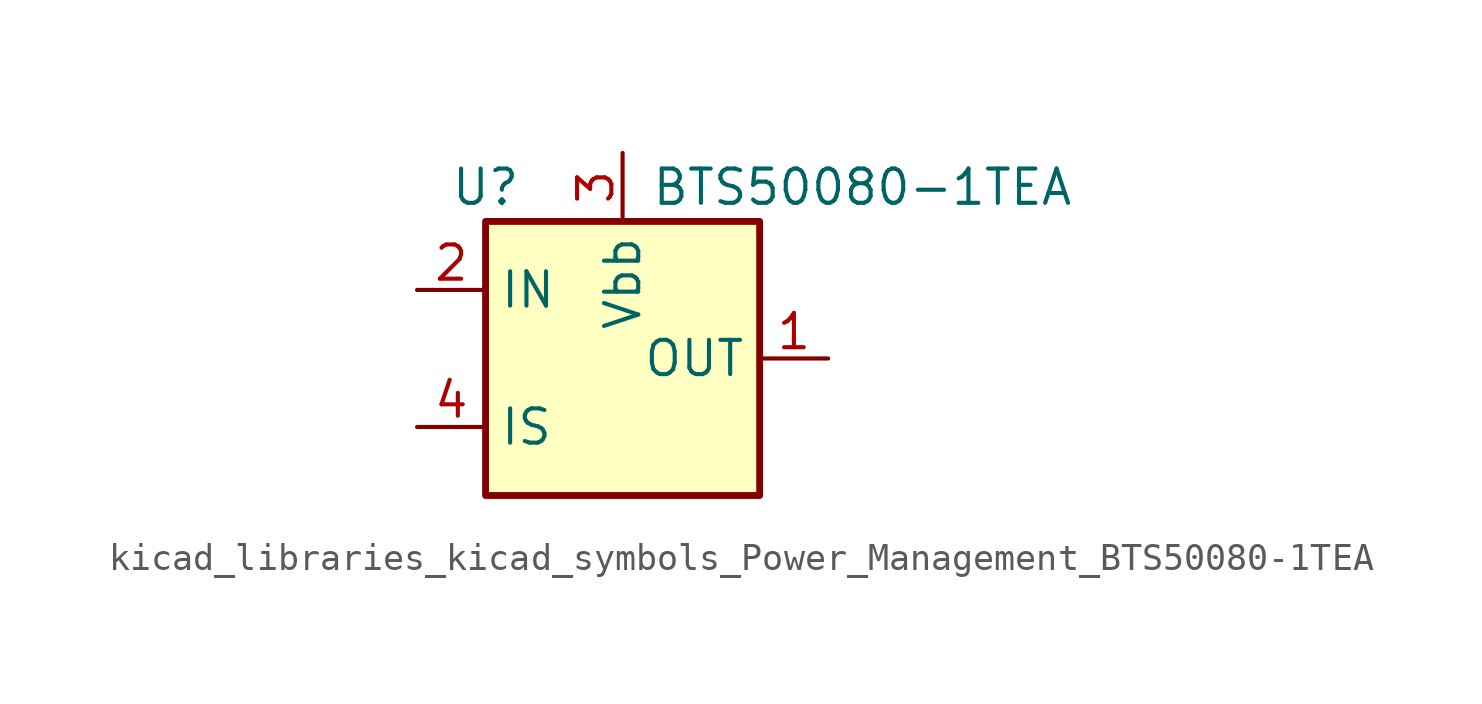
<source format=kicad_sym>
(kicad_symbol_lib
  (version 20220914)
  (generator kicad_symbol_editor)
  (symbol "kicad_libraries_kicad_symbols_Power_Management_BTS50080-1TEA"
    (property "Reference" "U"
      (at -5.08 6.35 0)
      (effects (font (size 1.27 1.27))))
    (property "Value" "BTS50080-1TEA"
      (at 8.89 6.35 0)
      (effects (font (size 1.27 1.27))))
    (symbol "kicad_libraries_kicad_symbols_Power_Management_BTS50080-1TEA_0_1"
      (rectangle (start -5.08 5.08) (end 5.08 -5.08) (stroke (width 0.254) (type default)) (fill (type background))))
    (symbol "kicad_libraries_kicad_symbols_Power_Management_BTS50080-1TEA_1_1"
      (pin power_out line (at 7.62 0 180) (length 2.54) (name "OUT" (effects (font (size 1.27 1.27)))) (number "1" (effects (font (size 1.27 1.27)))))
      (pin input line (at -7.62 2.54 0) (length 2.54) (name "IN" (effects (font (size 1.27 1.27)))) (number "2" (effects (font (size 1.27 1.27)))))
      (pin power_in line (at 0 7.62 270) (length 2.54) (name "Vbb" (effects (font (size 1.27 1.27)))) (number "3" (effects (font (size 1.27 1.27)))))
      (pin output line (at -7.62 -2.54 0) (length 2.54) (name "IS" (effects (font (size 1.27 1.27)))) (number "4" (effects (font (size 1.27 1.27)))))
      (pin passive line (at 7.62 0 180) (length 2.54) hide (name "OUT" (effects (font (size 1.27 1.27)))) (number "5" (effects (font (size 1.27 1.27))))))))
</source>
